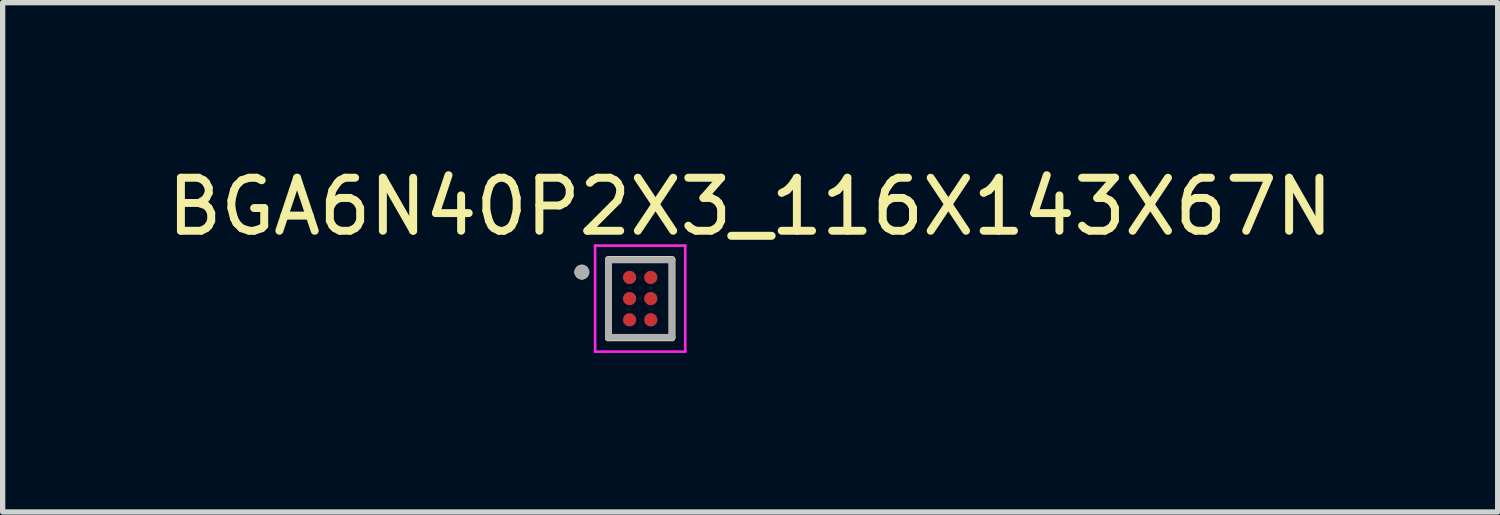
<source format=kicad_pcb>
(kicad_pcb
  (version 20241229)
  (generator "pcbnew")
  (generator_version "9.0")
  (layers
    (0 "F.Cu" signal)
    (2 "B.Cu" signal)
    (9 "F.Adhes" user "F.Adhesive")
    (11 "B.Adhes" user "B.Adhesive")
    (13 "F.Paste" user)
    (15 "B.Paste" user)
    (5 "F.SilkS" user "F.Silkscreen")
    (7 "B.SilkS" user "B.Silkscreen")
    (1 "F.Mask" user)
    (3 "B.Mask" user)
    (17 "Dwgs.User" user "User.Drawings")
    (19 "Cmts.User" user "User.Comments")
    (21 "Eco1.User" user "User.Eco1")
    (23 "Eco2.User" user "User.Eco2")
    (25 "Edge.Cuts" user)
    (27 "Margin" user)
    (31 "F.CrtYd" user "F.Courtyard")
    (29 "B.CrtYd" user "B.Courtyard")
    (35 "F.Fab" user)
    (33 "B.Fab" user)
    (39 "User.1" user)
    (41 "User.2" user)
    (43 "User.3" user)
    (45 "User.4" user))
  (footprint "BGA6N40P2X3_116X143X67N"
    (layer "F.Cu")
    (at 9.026 2.583)
    (property "Reference" "BGA6N40P2X3_116X143X67N" (at 2.075 -1.735 0) (layer "F.SilkS") (effects (font (size 1 1) (thickness 0.15))))
    (attr through_hole)
    (fp_line (start -0.6 -0.74) (end 0.6 -0.74) (stroke (width 0.127) (type solid)) (layer "F.SilkS"))
    (fp_line (start -0.6 0.74) (end -0.6 -0.73) (stroke (width 0.127) (type solid)) (layer "F.SilkS"))
    (fp_line (start 0.6 -0.73) (end 0.6 0.74) (stroke (width 0.127) (type solid)) (layer "F.SilkS"))
    (fp_line (start 0.6 0.74) (end -0.6 0.74) (stroke (width 0.127) (type solid)) (layer "F.SilkS"))
    (fp_circle (center -1.1 -0.5) (end -1.03 -0.5) (stroke (width 0.14) (type solid)) (fill no) (layer "F.SilkS"))
    (fp_line (start -0.85 -1) (end 0.85 -1) (stroke (width 0.05) (type solid)) (layer "F.CrtYd"))
    (fp_line (start -0.85 1) (end -0.85 -1) (stroke (width 0.05) (type solid)) (layer "F.CrtYd"))
    (fp_line (start 0.85 -1) (end 0.85 1) (stroke (width 0.05) (type solid)) (layer "F.CrtYd"))
    (fp_line (start 0.85 1) (end -0.85 1) (stroke (width 0.05) (type solid)) (layer "F.CrtYd"))
    (fp_line (start -0.6 -0.73) (end 0.6 -0.73) (stroke (width 0.127) (type solid)) (layer "F.Fab"))
    (fp_line (start -0.6 0.73) (end -0.6 -0.73) (stroke (width 0.127) (type solid)) (layer "F.Fab"))
    (fp_line (start 0.6 -0.73) (end 0.6 0.73) (stroke (width 0.127) (type solid)) (layer "F.Fab"))
    (fp_line (start 0.6 0.73) (end -0.6 0.73) (stroke (width 0.127) (type solid)) (layer "F.Fab"))
    (fp_circle (center -1.1 -0.5) (end -1.03 -0.5) (stroke (width 0.14) (type solid)) (fill no) (layer "F.Fab"))
    (pad "A1" smd circle (at -0.2 -0.4) (size 0.25 0.25) (layers "F.Cu" "F.Mask" "F.Paste"))
    (pad "A2" smd circle (at 0.2 -0.4) (size 0.25 0.25) (layers "F.Cu" "F.Mask" "F.Paste"))
    (pad "B1" smd circle (at -0.2 0) (size 0.25 0.25) (layers "F.Cu" "F.Mask" "F.Paste"))
    (pad "B2" smd circle (at 0.2 0) (size 0.25 0.25) (layers "F.Cu" "F.Mask" "F.Paste"))
    (pad "C1" smd circle (at -0.2 0.4) (size 0.25 0.25) (layers "F.Cu" "F.Mask" "F.Paste"))
    (pad "C2" smd circle (at 0.2 0.4) (size 0.25 0.25) (layers "F.Cu" "F.Mask" "F.Paste")))
  (gr_rect
    (start -3 -3)
    (end 25.202 6.608)
    (stroke (width 0.1) (type default))
    (fill no)
    (layer "Edge.Cuts")))
</source>
